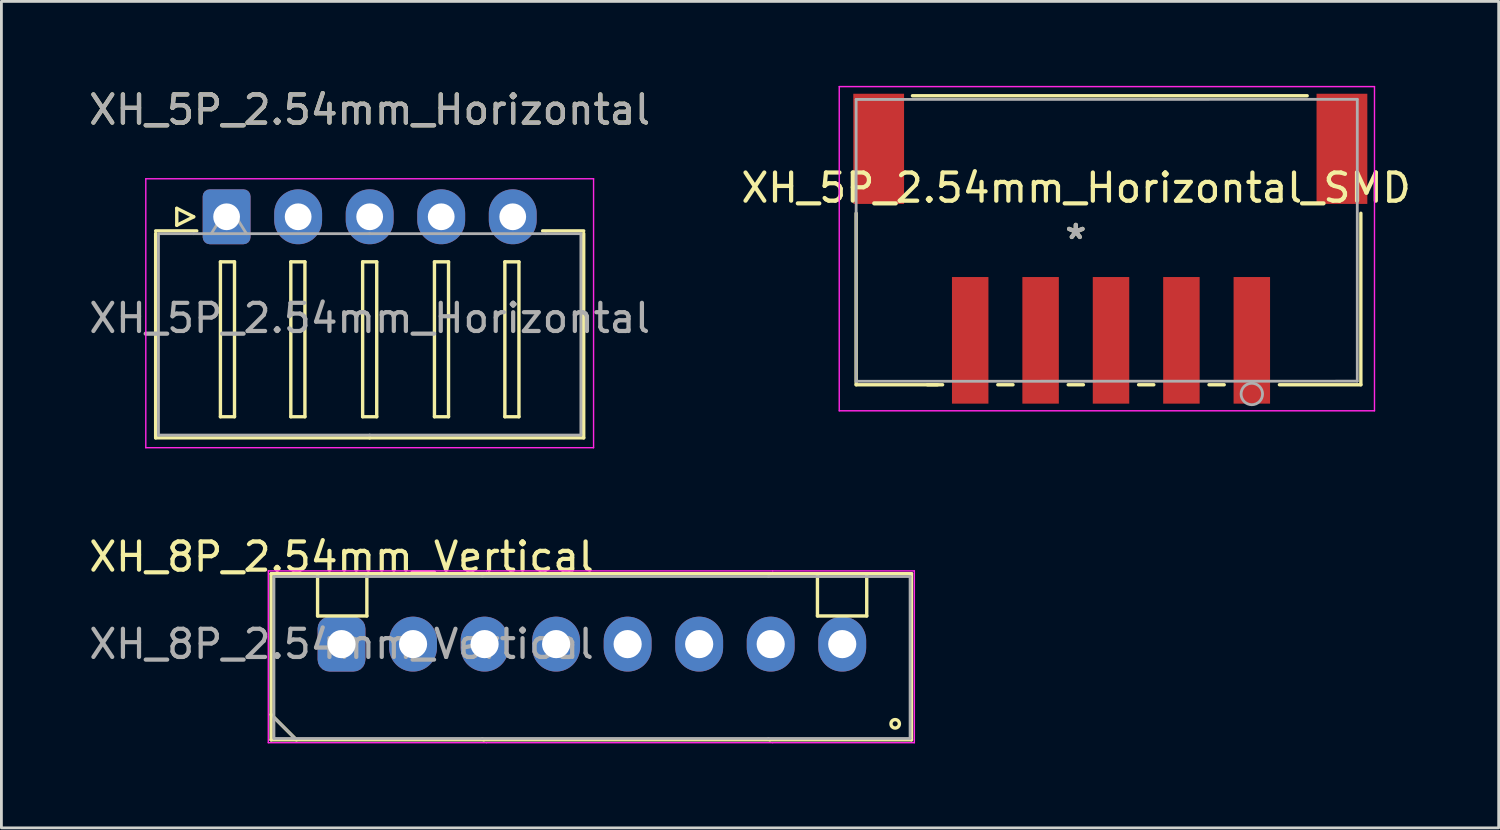
<source format=kicad_pcb>
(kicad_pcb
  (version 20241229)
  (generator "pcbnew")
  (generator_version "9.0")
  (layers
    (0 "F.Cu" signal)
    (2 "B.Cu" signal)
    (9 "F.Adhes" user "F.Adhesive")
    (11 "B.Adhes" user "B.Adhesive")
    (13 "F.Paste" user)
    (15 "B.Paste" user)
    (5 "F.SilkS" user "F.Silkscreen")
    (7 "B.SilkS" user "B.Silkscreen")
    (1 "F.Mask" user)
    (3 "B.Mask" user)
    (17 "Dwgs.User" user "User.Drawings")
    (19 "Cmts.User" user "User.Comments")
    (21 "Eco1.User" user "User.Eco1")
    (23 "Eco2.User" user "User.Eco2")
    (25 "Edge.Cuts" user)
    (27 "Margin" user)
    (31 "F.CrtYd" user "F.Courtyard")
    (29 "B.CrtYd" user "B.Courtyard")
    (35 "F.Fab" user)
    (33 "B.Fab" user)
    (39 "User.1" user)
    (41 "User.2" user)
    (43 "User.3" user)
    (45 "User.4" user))
  (footprint "XH_5P_2.54mm_Horizontal"
    (layer "F.Cu")
    (at 10.077 4.648)
    (property "Reference" "XH_5P_2.54mm_Horizontal" (at 0 -3.8 0) (unlocked yes) (layer "F.SilkS") (effects (font (size 1 1) (thickness 0.15))))
    (attr through_hole)
    (fp_line (start -7.6 0.5) (end -6.14 0.5) (stroke (width 0.12) (type solid)) (layer "F.SilkS"))
    (fp_line (start -7.6 7.85) (end -7.6 0.59) (stroke (width 0.12) (type solid)) (layer "F.SilkS"))
    (fp_line (start -6.85 -0.3) (end -6.25 0) (stroke (width 0.12) (type solid)) (layer "F.SilkS"))
    (fp_line (start -6.85 0.3) (end -6.85 -0.3) (stroke (width 0.12) (type solid)) (layer "F.SilkS"))
    (fp_line (start -6.25 0) (end -6.85 0.3) (stroke (width 0.12) (type solid)) (layer "F.SilkS"))
    (fp_line (start -5.3 1.6) (end -5.3 7.1) (stroke (width 0.12) (type solid)) (layer "F.SilkS"))
    (fp_line (start -5.3 7.1) (end -4.8 7.1) (stroke (width 0.12) (type solid)) (layer "F.SilkS"))
    (fp_line (start -4.8 1.6) (end -5.3 1.6) (stroke (width 0.12) (type solid)) (layer "F.SilkS"))
    (fp_line (start -4.8 7.1) (end -4.8 1.6) (stroke (width 0.12) (type solid)) (layer "F.SilkS"))
    (fp_line (start -2.8 1.6) (end -2.8 7.1) (stroke (width 0.12) (type solid)) (layer "F.SilkS"))
    (fp_line (start -2.8 7.1) (end -2.3 7.1) (stroke (width 0.12) (type solid)) (layer "F.SilkS"))
    (fp_line (start -2.3 1.6) (end -2.8 1.6) (stroke (width 0.12) (type solid)) (layer "F.SilkS"))
    (fp_line (start -2.3 7.1) (end -2.3 1.6) (stroke (width 0.12) (type solid)) (layer "F.SilkS"))
    (fp_line (start -0.25 1.6) (end -0.25 7.1) (stroke (width 0.12) (type solid)) (layer "F.SilkS"))
    (fp_line (start -0.25 7.1) (end 0.25 7.1) (stroke (width 0.12) (type solid)) (layer "F.SilkS"))
    (fp_line (start 0 7.85) (end -7.6 7.85) (stroke (width 0.12) (type solid)) (layer "F.SilkS"))
    (fp_line (start 0 7.85) (end 7.6 7.85) (stroke (width 0.12) (type solid)) (layer "F.SilkS"))
    (fp_line (start 0.25 1.6) (end -0.25 1.6) (stroke (width 0.12) (type solid)) (layer "F.SilkS"))
    (fp_line (start 0.25 7.1) (end 0.25 1.6) (stroke (width 0.12) (type solid)) (layer "F.SilkS"))
    (fp_line (start 2.3 1.6) (end 2.3 7.1) (stroke (width 0.12) (type solid)) (layer "F.SilkS"))
    (fp_line (start 2.3 7.1) (end 2.8 7.1) (stroke (width 0.12) (type solid)) (layer "F.SilkS"))
    (fp_line (start 2.8 1.6) (end 2.3 1.6) (stroke (width 0.12) (type solid)) (layer "F.SilkS"))
    (fp_line (start 2.8 7.1) (end 2.8 1.6) (stroke (width 0.12) (type solid)) (layer "F.SilkS"))
    (fp_line (start 4.8 1.6) (end 4.8 7.1) (stroke (width 0.12) (type solid)) (layer "F.SilkS"))
    (fp_line (start 4.8 7.1) (end 5.3 7.1) (stroke (width 0.12) (type solid)) (layer "F.SilkS"))
    (fp_line (start 5.3 1.6) (end 4.8 1.6) (stroke (width 0.12) (type solid)) (layer "F.SilkS"))
    (fp_line (start 5.3 7.1) (end 5.3 1.6) (stroke (width 0.12) (type solid)) (layer "F.SilkS"))
    (fp_line (start 7.6 0.5) (end 6.14 0.5) (stroke (width 0.12) (type solid)) (layer "F.SilkS"))
    (fp_line (start 7.6 7.85) (end 7.6 0.59) (stroke (width 0.12) (type solid)) (layer "F.SilkS"))
    (fp_line (start -7.95 -1.35) (end -7.95 8.2) (stroke (width 0.05) (type solid)) (layer "F.CrtYd"))
    (fp_line (start -7.95 8.2) (end 7.95 8.2) (stroke (width 0.05) (type solid)) (layer "F.CrtYd"))
    (fp_line (start 7.95 -1.35) (end -7.95 -1.35) (stroke (width 0.05) (type solid)) (layer "F.CrtYd"))
    (fp_line (start 7.95 8.2) (end 7.95 -1.35) (stroke (width 0.05) (type solid)) (layer "F.CrtYd"))
    (fp_line (start -7.5 0.6) (end -6.25 0.6) (stroke (width 0.1) (type solid)) (layer "F.Fab"))
    (fp_line (start -7.5 7.75) (end -7.5 0.65) (stroke (width 0.1) (type solid)) (layer "F.Fab"))
    (fp_line (start -6.25 0.6) (end 0 0.6) (stroke (width 0.1) (type solid)) (layer "F.Fab"))
    (fp_line (start -5.625 0.6) (end -5 -0.4) (stroke (width 0.1) (type solid)) (layer "F.Fab"))
    (fp_line (start -5 -0.4) (end -4.375 0.6) (stroke (width 0.1) (type solid)) (layer "F.Fab"))
    (fp_line (start 0 7.75) (end -7.5 7.75) (stroke (width 0.1) (type solid)) (layer "F.Fab"))
    (fp_line (start 0 7.75) (end 7.5 7.75) (stroke (width 0.1) (type solid)) (layer "F.Fab"))
    (fp_line (start 6.25 0.6) (end 0 0.6) (stroke (width 0.1) (type solid)) (layer "F.Fab"))
    (fp_line (start 7.5 0.6) (end 6.25 0.6) (stroke (width 0.1) (type solid)) (layer "F.Fab"))
    (fp_line (start 7.5 7.75) (end 7.5 0.6) (stroke (width 0.1) (type solid)) (layer "F.Fab"))
    (fp_text user "${REFERENCE}" (at 0 -3.8 0) (unlocked yes) (layer "F.Fab") (effects (font (size 1 1) (thickness 0.15))))
    (fp_text user "${REFERENCE}" (at 0 3.6 0) (layer "F.Fab") (effects (font (size 1 1) (thickness 0.15))))
    (pad "1" thru_hole roundrect (at -5.08 0) (size 1.7 1.95) (drill 0.95) (layers "*.Cu" "*.Mask") (roundrect_rratio 0.147))
    (pad "2" thru_hole oval (at -2.54 0) (size 1.7 1.95) (drill 0.95) (layers "*.Cu" "*.Mask"))
    (pad "3" thru_hole oval (at 0 0) (size 1.7 1.95) (drill 0.95) (layers "*.Cu" "*.Mask"))
    (pad "4" thru_hole oval (at 2.54 0) (size 1.7 1.95) (drill 0.95) (layers "*.Cu" "*.Mask"))
    (pad "5" thru_hole oval (at 5.08 0) (size 1.7 1.95) (drill 0.95) (layers "*.Cu" "*.Mask")))
  (footprint "XH_5P_2.54mm_Horizontal_SMD"
    (layer "F.Cu")
    (at 35.151 6.081)
    (property "Reference" "XH_5P_2.54mm_Horizontal_SMD" (at 0.01 -2.46 180) (layer "F.SilkS") (effects (font (size 1 1) (thickness 0.15))))
    (attr through_hole)
    (fp_line (start -7.8 -1.558) (end -7.8 4.531) (stroke (width 0.12) (type solid)) (layer "F.SilkS"))
    (fp_line (start -7.8 4.531) (end -4.909 4.531) (stroke (width 0.12) (type solid)) (layer "F.SilkS"))
    (fp_line (start -5.27 4.531) (end -4.73 4.531) (stroke (width 0.12) (type solid)) (layer "F.SilkS"))
    (fp_line (start -2.77 4.531) (end -2.23 4.531) (stroke (width 0.12) (type solid)) (layer "F.SilkS"))
    (fp_line (start -0.27 4.531) (end 0.27 4.531) (stroke (width 0.12) (type solid)) (layer "F.SilkS"))
    (fp_line (start 2.23 4.531) (end 2.77 4.531) (stroke (width 0.12) (type solid)) (layer "F.SilkS"))
    (fp_line (start 4.73 4.531) (end 5.27 4.531) (stroke (width 0.12) (type solid)) (layer "F.SilkS"))
    (fp_line (start 7.23 4.531) (end 10.122 4.531) (stroke (width 0.12) (type solid)) (layer "F.SilkS"))
    (fp_line (start 8.216 -5.731) (end -5.8 -5.731) (stroke (width 0.12) (type solid)) (layer "F.SilkS"))
    (fp_line (start 10.122 4.531) (end 10.122 -1.558) (stroke (width 0.12) (type solid)) (layer "F.SilkS"))
    (fp_line (start -8.4 -6.056) (end -8.4 5.456) (stroke (width 0.05) (type solid)) (layer "F.CrtYd"))
    (fp_line (start -8.4 5.456) (end 10.606 5.456) (stroke (width 0.05) (type solid)) (layer "F.CrtYd"))
    (fp_line (start 10.606 -6.056) (end -8.4 -6.056) (stroke (width 0.05) (type solid)) (layer "F.CrtYd"))
    (fp_line (start 10.606 5.456) (end 10.606 -6.056) (stroke (width 0.05) (type solid)) (layer "F.CrtYd"))
    (fp_line (start -7.8 -5.6) (end -7.8 4.408) (stroke (width 0.1) (type solid)) (layer "F.Fab"))
    (fp_line (start -7.8 4.408) (end 9.995 4.404) (stroke (width 0.1) (type solid)) (layer "F.Fab"))
    (fp_line (start 9.995 -5.604) (end -7.8 -5.6) (stroke (width 0.1) (type solid)) (layer "F.Fab"))
    (fp_line (start 9.995 4.404) (end 9.995 -5.604) (stroke (width 0.1) (type solid)) (layer "F.Fab"))
    (fp_circle (center 6.25 4.859) (end 5.869 4.859) (stroke (width 0.1) (type solid)) (fill no) (layer "F.Fab"))
    (fp_text user "*" (at 0 -0.6 180) (layer "F.SilkS") (effects (font (size 1 1) (thickness 0.15))))
    (fp_text user "*" (at 0 -0.6 180) (layer "F.Fab") (effects (font (size 1 1) (thickness 0.15))))
    (pad "1" smd rect (at 6.25 2.954 180) (size 1.295 4.496) (layers "F.Cu" "F.Mask" "F.Paste"))
    (pad "2" smd rect (at 3.75 2.954 180) (size 1.295 4.496) (layers "F.Cu" "F.Mask" "F.Paste"))
    (pad "3" smd rect (at 1.25 2.954 180) (size 1.295 4.496) (layers "F.Cu" "F.Mask" "F.Paste"))
    (pad "4" smd rect (at -1.25 2.954 180) (size 1.295 4.496) (layers "F.Cu" "F.Mask" "F.Paste"))
    (pad "5" smd rect (at -3.75 2.954 180) (size 1.295 4.496) (layers "F.Cu" "F.Mask" "F.Paste"))
    (pad "S" smd rect (at -7 -3.846 180) (size 1.803 3.912) (layers "F.Cu" "F.Mask" "F.Paste"))
    (pad "S" smd rect (at 9.45 -3.846 180) (size 1.803 3.912) (layers "F.Cu" "F.Mask" "F.Paste")))
  (footprint "XH_8P_2.54mm_Vertical"
    (layer "F.Cu")
    (at 9.077 19.822)
    (property "Reference" "XH_8P_2.54mm_Vertical" (at 0 -3.1 0) (unlocked yes) (layer "F.SilkS") (effects (font (size 1 1) (thickness 0.15))))
    (attr through_hole)
    (fp_line (start -2.5 -2.5) (end 5.05 -2.5) (stroke (width 0.12) (type solid)) (layer "F.SilkS"))
    (fp_line (start -2.5 2.5) (end -1.6 3.4) (stroke (width 0.12) (type solid)) (layer "F.SilkS"))
    (fp_line (start -2.5 3.4) (end -2.5 -2.5) (stroke (width 0.12) (type solid)) (layer "F.SilkS"))
    (fp_line (start -2.5 3.4) (end 5.05 3.4) (stroke (width 0.12) (type solid)) (layer "F.SilkS"))
    (fp_line (start -0.85 -2.5) (end -0.85 -1) (stroke (width 0.12) (type solid)) (layer "F.SilkS"))
    (fp_line (start -0.85 -1) (end 0.9 -1) (stroke (width 0.12) (type solid)) (layer "F.SilkS"))
    (fp_line (start 0.9 -1) (end 0.9 -2.5) (stroke (width 0.12) (type solid)) (layer "F.SilkS"))
    (fp_line (start 5.05 -2.5) (end 15.21 -2.5) (stroke (width 0.12) (type solid)) (layer "F.SilkS"))
    (fp_line (start 5.05 3.4) (end 15.21 3.4) (stroke (width 0.12) (type solid)) (layer "F.SilkS"))
    (fp_line (start 15.21 -2.5) (end 20.24 -2.5) (stroke (width 0.12) (type solid)) (layer "F.SilkS"))
    (fp_line (start 15.21 3.4) (end 20.24 3.4) (stroke (width 0.12) (type solid)) (layer "F.SilkS"))
    (fp_line (start 16.9 -2.5) (end 16.9 -1) (stroke (width 0.12) (type solid)) (layer "F.SilkS"))
    (fp_line (start 16.9 -1) (end 18.65 -1) (stroke (width 0.12) (type solid)) (layer "F.SilkS"))
    (fp_line (start 18.65 -1) (end 18.65 -2.5) (stroke (width 0.12) (type solid)) (layer "F.SilkS"))
    (fp_line (start 20.24 3.4) (end 20.24 -2.5) (stroke (width 0.12) (type solid)) (layer "F.SilkS"))
    (fp_circle (center 19.66 2.83) (end 19.66 2.98) (stroke (width 0.12) (type solid)) (fill no) (layer "F.SilkS"))
    (fp_line (start -2.6 -2.6) (end -2.6 3.5) (stroke (width 0.05) (type solid)) (layer "F.CrtYd"))
    (fp_line (start -2.6 -2.6) (end 5.15 -2.6) (stroke (width 0.05) (type solid)) (layer "F.CrtYd"))
    (fp_line (start -2.6 3.5) (end 5.15 3.5) (stroke (width 0.05) (type solid)) (layer "F.CrtYd"))
    (fp_line (start 5.15 -2.6) (end 15.31 -2.6) (stroke (width 0.05) (type solid)) (layer "F.CrtYd"))
    (fp_line (start 5.15 3.5) (end 15.31 3.5) (stroke (width 0.05) (type solid)) (layer "F.CrtYd"))
    (fp_line (start 15.31 -2.6) (end 20.34 -2.6) (stroke (width 0.05) (type solid)) (layer "F.CrtYd"))
    (fp_line (start 15.31 3.5) (end 20.34 3.5) (stroke (width 0.05) (type solid)) (layer "F.CrtYd"))
    (fp_line (start 20.34 -2.6) (end 20.34 3.5) (stroke (width 0.05) (type solid)) (layer "F.CrtYd"))
    (fp_line (start -2.4 2.6) (end -1.65 3.35) (stroke (width 0.1) (type solid)) (layer "F.Fab"))
    (fp_line (start -2.4 3.35) (end -2.4 -2.4) (stroke (width 0.1) (type solid)) (layer "F.Fab"))
    (fp_line (start 5 -2.4) (end -2.4 -2.4) (stroke (width 0.1) (type solid)) (layer "F.Fab"))
    (fp_line (start 5 -2.4) (end 15.16 -2.4) (stroke (width 0.1) (type solid)) (layer "F.Fab"))
    (fp_line (start 5 3.35) (end -2.4 3.35) (stroke (width 0.1) (type solid)) (layer "F.Fab"))
    (fp_line (start 5 3.35) (end 15.16 3.35) (stroke (width 0.1) (type solid)) (layer "F.Fab"))
    (fp_line (start 15.16 -2.4) (end 20.19 -2.4) (stroke (width 0.1) (type solid)) (layer "F.Fab"))
    (fp_line (start 15.16 3.35) (end 20.19 3.35) (stroke (width 0.1) (type solid)) (layer "F.Fab"))
    (fp_line (start 20.19 3.35) (end 20.19 -2.4) (stroke (width 0.1) (type solid)) (layer "F.Fab"))
    (fp_text user "${REFERENCE}" (at 0 0 0) (unlocked yes) (layer "F.Fab") (effects (font (size 1 1) (thickness 0.15))))
    (pad "1" thru_hole roundrect (at 0 0 90) (size 1.95 1.7) (drill 1) (layers "*.Cu" "*.Mask") (roundrect_rratio 0.25))
    (pad "2" thru_hole oval (at 2.54 0 90) (size 1.95 1.7) (drill 1) (layers "*.Cu" "*.Mask"))
    (pad "3" thru_hole oval (at 5.08 0 90) (size 1.95 1.7) (drill 1) (layers "*.Cu" "*.Mask"))
    (pad "4" thru_hole oval (at 7.62 0 90) (size 1.95 1.7) (drill 1) (layers "*.Cu" "*.Mask"))
    (pad "5" thru_hole oval (at 10.16 0 90) (size 1.95 1.7) (drill 1) (layers "*.Cu" "*.Mask"))
    (pad "6" thru_hole oval (at 12.7 0 90) (size 1.95 1.7) (drill 1) (layers "*.Cu" "*.Mask"))
    (pad "7" thru_hole oval (at 15.24 0 90) (size 1.95 1.7) (drill 1) (layers "*.Cu" "*.Mask"))
    (pad "8" thru_hole oval (at 17.78 0 90) (size 1.95 1.7) (drill 1) (layers "*.Cu" "*.Mask")))
  (gr_rect
    (start -3 -3)
    (end 50.167 26.346)
    (stroke (width 0.1) (type default))
    (fill no)
    (layer "Edge.Cuts")))
</source>
